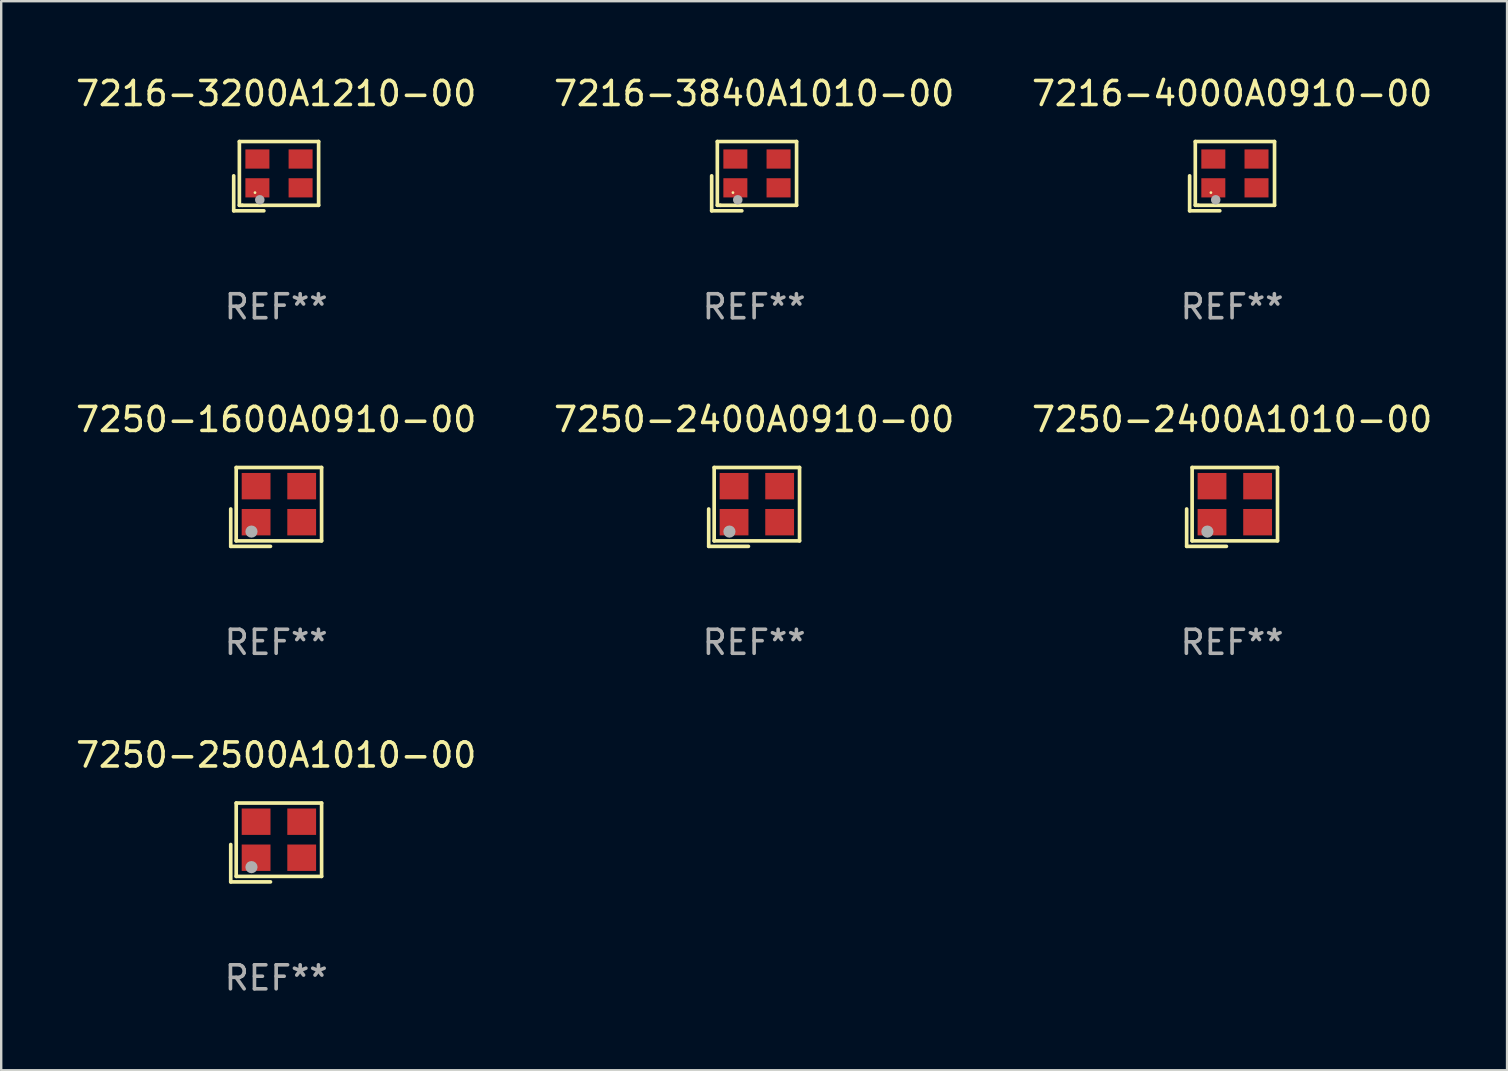
<source format=kicad_pcb>
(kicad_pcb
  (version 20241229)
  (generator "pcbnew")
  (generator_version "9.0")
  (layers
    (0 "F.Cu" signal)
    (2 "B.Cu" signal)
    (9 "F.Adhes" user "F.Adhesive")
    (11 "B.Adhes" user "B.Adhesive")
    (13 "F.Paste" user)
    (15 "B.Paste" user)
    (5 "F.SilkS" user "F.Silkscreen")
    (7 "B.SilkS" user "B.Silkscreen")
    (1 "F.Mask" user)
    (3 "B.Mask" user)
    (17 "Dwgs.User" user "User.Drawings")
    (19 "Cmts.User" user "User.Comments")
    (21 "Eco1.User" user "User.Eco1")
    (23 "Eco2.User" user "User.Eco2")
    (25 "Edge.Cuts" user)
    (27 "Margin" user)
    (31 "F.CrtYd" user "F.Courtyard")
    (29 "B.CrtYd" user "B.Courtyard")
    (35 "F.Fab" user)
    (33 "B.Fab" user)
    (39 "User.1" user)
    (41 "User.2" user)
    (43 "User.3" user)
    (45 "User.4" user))
  (footprint "7250-2400A1010-00"
    (layer "F.Cu")
    (at 48.292 18.074)
    (property "Reference" "7250-2400A1010-00" (at 0 -3.643 0) (layer "F.SilkS") (effects (font (size 1 1) (thickness 0.15))))
    (attr through_hole)
    (fp_line (start -1.893 0.086) (end -1.893 1.643) (stroke (width 0.152) (type solid)) (layer "F.SilkS"))
    (fp_line (start -1.893 1.643) (end -0.237 1.643) (stroke (width 0.152) (type solid)) (layer "F.SilkS"))
    (fp_line (start -1.665 -1.643) (end 1.893 -1.643) (stroke (width 0.152) (type solid)) (layer "F.SilkS"))
    (fp_line (start -1.665 1.414) (end -1.665 -1.643) (stroke (width 0.152) (type solid)) (layer "F.SilkS"))
    (fp_line (start 1.893 -1.643) (end 1.893 1.414) (stroke (width 0.152) (type solid)) (layer "F.SilkS"))
    (fp_line (start 1.893 1.414) (end -1.665 1.414) (stroke (width 0.152) (type solid)) (layer "F.SilkS"))
    (fp_circle (center -1.136 0.885) (end -1.106 0.885) (stroke (width 0.06) (type solid)) (fill no) (layer "F.SilkS"))
    (fp_circle (center -1.029 1.028) (end -0.902 1.028) (stroke (width 0.254) (type solid)) (fill no) (layer "F.Fab"))
    (fp_text user "REF**" (at 0 5.643 0) (layer "F.Fab") (effects (font (size 1 1) (thickness 0.15))))
    (pad "1" smd rect (at -0.836 0.636) (size 1.2 1.1) (layers "F.Cu" "F.Mask" "F.Paste"))
    (pad "2" smd rect (at 1.064 0.636) (size 1.2 1.1) (layers "F.Cu" "F.Mask" "F.Paste"))
    (pad "3" smd rect (at 1.064 -0.865) (size 1.2 1.1) (layers "F.Cu" "F.Mask" "F.Paste"))
    (pad "4" smd rect (at -0.836 -0.865) (size 1.2 1.1) (layers "F.Cu" "F.Mask" "F.Paste")))
  (footprint "7216-3200A1210-00"
    (layer "F.Cu")
    (at 8.458 4.291)
    (property "Reference" "7216-3200A1210-00" (at 0 -3.443 0) (layer "F.SilkS") (effects (font (size 1 1) (thickness 0.15))))
    (attr through_hole)
    (fp_line (start -1.769 -0.014) (end -1.769 1.443) (stroke (width 0.152) (type solid)) (layer "F.SilkS"))
    (fp_line (start -1.769 1.443) (end -0.512 1.443) (stroke (width 0.152) (type solid)) (layer "F.SilkS"))
    (fp_line (start -1.533 -1.443) (end 1.769 -1.443) (stroke (width 0.152) (type solid)) (layer "F.SilkS"))
    (fp_line (start -1.533 1.214) (end -1.533 -1.443) (stroke (width 0.152) (type solid)) (layer "F.SilkS"))
    (fp_line (start -1.411 1.214) (end -1.533 1.214) (stroke (width 0.152) (type solid)) (layer "F.SilkS"))
    (fp_line (start 1.769 -1.443) (end 1.769 1.214) (stroke (width 0.152) (type solid)) (layer "F.SilkS"))
    (fp_line (start 1.769 1.214) (end -1.411 1.214) (stroke (width 0.152) (type solid)) (layer "F.SilkS"))
    (fp_circle (center -0.882 0.686) (end -0.852 0.686) (stroke (width 0.06) (type solid)) (fill no) (layer "F.SilkS"))
    (fp_circle (center -0.682 0.986) (end -0.582 0.986) (stroke (width 0.2) (type solid)) (fill no) (layer "F.Fab"))
    (fp_text user "REF**" (at 0 5.443 0) (layer "F.Fab") (effects (font (size 1 1) (thickness 0.15))))
    (pad "1" smd rect (at -0.782 0.486 90) (size 0.8 1) (layers "F.Cu" "F.Mask" "F.Paste"))
    (pad "2" smd rect (at 1.018 0.486 90) (size 0.8 1) (layers "F.Cu" "F.Mask" "F.Paste"))
    (pad "3" smd rect (at 1.018 -0.714 90) (size 0.8 1) (layers "F.Cu" "F.Mask" "F.Paste"))
    (pad "4" smd rect (at -0.782 -0.714 90) (size 0.8 1) (layers "F.Cu" "F.Mask" "F.Paste")))
  (footprint "7250-2400A0910-00"
    (layer "F.Cu")
    (at 28.375 18.074)
    (property "Reference" "7250-2400A0910-00" (at 0 -3.643 0) (layer "F.SilkS") (effects (font (size 1 1) (thickness 0.15))))
    (attr through_hole)
    (fp_line (start -1.893 0.086) (end -1.893 1.643) (stroke (width 0.152) (type solid)) (layer "F.SilkS"))
    (fp_line (start -1.893 1.643) (end -0.237 1.643) (stroke (width 0.152) (type solid)) (layer "F.SilkS"))
    (fp_line (start -1.665 -1.643) (end 1.893 -1.643) (stroke (width 0.152) (type solid)) (layer "F.SilkS"))
    (fp_line (start -1.665 1.414) (end -1.665 -1.643) (stroke (width 0.152) (type solid)) (layer "F.SilkS"))
    (fp_line (start 1.893 -1.643) (end 1.893 1.414) (stroke (width 0.152) (type solid)) (layer "F.SilkS"))
    (fp_line (start 1.893 1.414) (end -1.665 1.414) (stroke (width 0.152) (type solid)) (layer "F.SilkS"))
    (fp_circle (center -1.136 0.885) (end -1.106 0.885) (stroke (width 0.06) (type solid)) (fill no) (layer "F.SilkS"))
    (fp_circle (center -1.029 1.028) (end -0.902 1.028) (stroke (width 0.254) (type solid)) (fill no) (layer "F.Fab"))
    (fp_text user "REF**" (at 0 5.643 0) (layer "F.Fab") (effects (font (size 1 1) (thickness 0.15))))
    (pad "1" smd rect (at -0.836 0.636) (size 1.2 1.1) (layers "F.Cu" "F.Mask" "F.Paste"))
    (pad "2" smd rect (at 1.064 0.636) (size 1.2 1.1) (layers "F.Cu" "F.Mask" "F.Paste"))
    (pad "3" smd rect (at 1.064 -0.865) (size 1.2 1.1) (layers "F.Cu" "F.Mask" "F.Paste"))
    (pad "4" smd rect (at -0.836 -0.865) (size 1.2 1.1) (layers "F.Cu" "F.Mask" "F.Paste")))
  (footprint "7216-4000A0910-00"
    (layer "F.Cu")
    (at 48.292 4.291)
    (property "Reference" "7216-4000A0910-00" (at 0 -3.443 0) (layer "F.SilkS") (effects (font (size 1 1) (thickness 0.15))))
    (attr through_hole)
    (fp_line (start -1.769 -0.014) (end -1.769 1.443) (stroke (width 0.152) (type solid)) (layer "F.SilkS"))
    (fp_line (start -1.769 1.443) (end -0.512 1.443) (stroke (width 0.152) (type solid)) (layer "F.SilkS"))
    (fp_line (start -1.533 -1.443) (end 1.769 -1.443) (stroke (width 0.152) (type solid)) (layer "F.SilkS"))
    (fp_line (start -1.533 1.214) (end -1.533 -1.443) (stroke (width 0.152) (type solid)) (layer "F.SilkS"))
    (fp_line (start -1.411 1.214) (end -1.533 1.214) (stroke (width 0.152) (type solid)) (layer "F.SilkS"))
    (fp_line (start 1.769 -1.443) (end 1.769 1.214) (stroke (width 0.152) (type solid)) (layer "F.SilkS"))
    (fp_line (start 1.769 1.214) (end -1.411 1.214) (stroke (width 0.152) (type solid)) (layer "F.SilkS"))
    (fp_circle (center -0.882 0.686) (end -0.852 0.686) (stroke (width 0.06) (type solid)) (fill no) (layer "F.SilkS"))
    (fp_circle (center -0.682 0.986) (end -0.582 0.986) (stroke (width 0.2) (type solid)) (fill no) (layer "F.Fab"))
    (fp_text user "REF**" (at 0 5.443 0) (layer "F.Fab") (effects (font (size 1 1) (thickness 0.15))))
    (pad "1" smd rect (at -0.782 0.486 90) (size 0.8 1) (layers "F.Cu" "F.Mask" "F.Paste"))
    (pad "2" smd rect (at 1.018 0.486 90) (size 0.8 1) (layers "F.Cu" "F.Mask" "F.Paste"))
    (pad "3" smd rect (at 1.018 -0.714 90) (size 0.8 1) (layers "F.Cu" "F.Mask" "F.Paste"))
    (pad "4" smd rect (at -0.782 -0.714 90) (size 0.8 1) (layers "F.Cu" "F.Mask" "F.Paste")))
  (footprint "7216-3840A1010-00"
    (layer "F.Cu")
    (at 28.375 4.291)
    (property "Reference" "7216-3840A1010-00" (at 0 -3.443 0) (layer "F.SilkS") (effects (font (size 1 1) (thickness 0.15))))
    (attr through_hole)
    (fp_line (start -1.769 -0.014) (end -1.769 1.443) (stroke (width 0.152) (type solid)) (layer "F.SilkS"))
    (fp_line (start -1.769 1.443) (end -0.512 1.443) (stroke (width 0.152) (type solid)) (layer "F.SilkS"))
    (fp_line (start -1.533 -1.443) (end 1.769 -1.443) (stroke (width 0.152) (type solid)) (layer "F.SilkS"))
    (fp_line (start -1.533 1.214) (end -1.533 -1.443) (stroke (width 0.152) (type solid)) (layer "F.SilkS"))
    (fp_line (start -1.411 1.214) (end -1.533 1.214) (stroke (width 0.152) (type solid)) (layer "F.SilkS"))
    (fp_line (start 1.769 -1.443) (end 1.769 1.214) (stroke (width 0.152) (type solid)) (layer "F.SilkS"))
    (fp_line (start 1.769 1.214) (end -1.411 1.214) (stroke (width 0.152) (type solid)) (layer "F.SilkS"))
    (fp_circle (center -0.882 0.686) (end -0.852 0.686) (stroke (width 0.06) (type solid)) (fill no) (layer "F.SilkS"))
    (fp_circle (center -0.682 0.986) (end -0.582 0.986) (stroke (width 0.2) (type solid)) (fill no) (layer "F.Fab"))
    (fp_text user "REF**" (at 0 5.443 0) (layer "F.Fab") (effects (font (size 1 1) (thickness 0.15))))
    (pad "1" smd rect (at -0.782 0.486 90) (size 0.8 1) (layers "F.Cu" "F.Mask" "F.Paste"))
    (pad "2" smd rect (at 1.018 0.486 90) (size 0.8 1) (layers "F.Cu" "F.Mask" "F.Paste"))
    (pad "3" smd rect (at 1.018 -0.714 90) (size 0.8 1) (layers "F.Cu" "F.Mask" "F.Paste"))
    (pad "4" smd rect (at -0.782 -0.714 90) (size 0.8 1) (layers "F.Cu" "F.Mask" "F.Paste")))
  (footprint "7250-2500A1010-00"
    (layer "F.Cu")
    (at 8.458 32.056)
    (property "Reference" "7250-2500A1010-00" (at 0 -3.643 0) (layer "F.SilkS") (effects (font (size 1 1) (thickness 0.15))))
    (attr through_hole)
    (fp_line (start -1.893 0.086) (end -1.893 1.643) (stroke (width 0.152) (type solid)) (layer "F.SilkS"))
    (fp_line (start -1.893 1.643) (end -0.237 1.643) (stroke (width 0.152) (type solid)) (layer "F.SilkS"))
    (fp_line (start -1.665 -1.643) (end 1.893 -1.643) (stroke (width 0.152) (type solid)) (layer "F.SilkS"))
    (fp_line (start -1.665 1.414) (end -1.665 -1.643) (stroke (width 0.152) (type solid)) (layer "F.SilkS"))
    (fp_line (start 1.893 -1.643) (end 1.893 1.414) (stroke (width 0.152) (type solid)) (layer "F.SilkS"))
    (fp_line (start 1.893 1.414) (end -1.665 1.414) (stroke (width 0.152) (type solid)) (layer "F.SilkS"))
    (fp_circle (center -1.136 0.885) (end -1.106 0.885) (stroke (width 0.06) (type solid)) (fill no) (layer "F.SilkS"))
    (fp_circle (center -1.029 1.028) (end -0.902 1.028) (stroke (width 0.254) (type solid)) (fill no) (layer "F.Fab"))
    (fp_text user "REF**" (at 0 5.643 0) (layer "F.Fab") (effects (font (size 1 1) (thickness 0.15))))
    (pad "1" smd rect (at -0.836 0.636) (size 1.2 1.1) (layers "F.Cu" "F.Mask" "F.Paste"))
    (pad "2" smd rect (at 1.064 0.636) (size 1.2 1.1) (layers "F.Cu" "F.Mask" "F.Paste"))
    (pad "3" smd rect (at 1.064 -0.865) (size 1.2 1.1) (layers "F.Cu" "F.Mask" "F.Paste"))
    (pad "4" smd rect (at -0.836 -0.865) (size 1.2 1.1) (layers "F.Cu" "F.Mask" "F.Paste")))
  (footprint "7250-1600A0910-00"
    (layer "F.Cu")
    (at 8.458 18.074)
    (property "Reference" "7250-1600A0910-00" (at 0 -3.643 0) (layer "F.SilkS") (effects (font (size 1 1) (thickness 0.15))))
    (attr through_hole)
    (fp_line (start -1.893 0.086) (end -1.893 1.643) (stroke (width 0.152) (type solid)) (layer "F.SilkS"))
    (fp_line (start -1.893 1.643) (end -0.237 1.643) (stroke (width 0.152) (type solid)) (layer "F.SilkS"))
    (fp_line (start -1.665 -1.643) (end 1.893 -1.643) (stroke (width 0.152) (type solid)) (layer "F.SilkS"))
    (fp_line (start -1.665 1.414) (end -1.665 -1.643) (stroke (width 0.152) (type solid)) (layer "F.SilkS"))
    (fp_line (start 1.893 -1.643) (end 1.893 1.414) (stroke (width 0.152) (type solid)) (layer "F.SilkS"))
    (fp_line (start 1.893 1.414) (end -1.665 1.414) (stroke (width 0.152) (type solid)) (layer "F.SilkS"))
    (fp_circle (center -1.136 0.885) (end -1.106 0.885) (stroke (width 0.06) (type solid)) (fill no) (layer "F.SilkS"))
    (fp_circle (center -1.029 1.028) (end -0.902 1.028) (stroke (width 0.254) (type solid)) (fill no) (layer "F.Fab"))
    (fp_text user "REF**" (at 0 5.643 0) (layer "F.Fab") (effects (font (size 1 1) (thickness 0.15))))
    (pad "1" smd rect (at -0.836 0.636) (size 1.2 1.1) (layers "F.Cu" "F.Mask" "F.Paste"))
    (pad "2" smd rect (at 1.064 0.636) (size 1.2 1.1) (layers "F.Cu" "F.Mask" "F.Paste"))
    (pad "3" smd rect (at 1.064 -0.865) (size 1.2 1.1) (layers "F.Cu" "F.Mask" "F.Paste"))
    (pad "4" smd rect (at -0.836 -0.865) (size 1.2 1.1) (layers "F.Cu" "F.Mask" "F.Paste")))
  (gr_rect
    (start -3 -3)
    (end 59.75 41.548)
    (stroke (width 0.1) (type default))
    (fill no)
    (layer "Edge.Cuts")))
</source>
